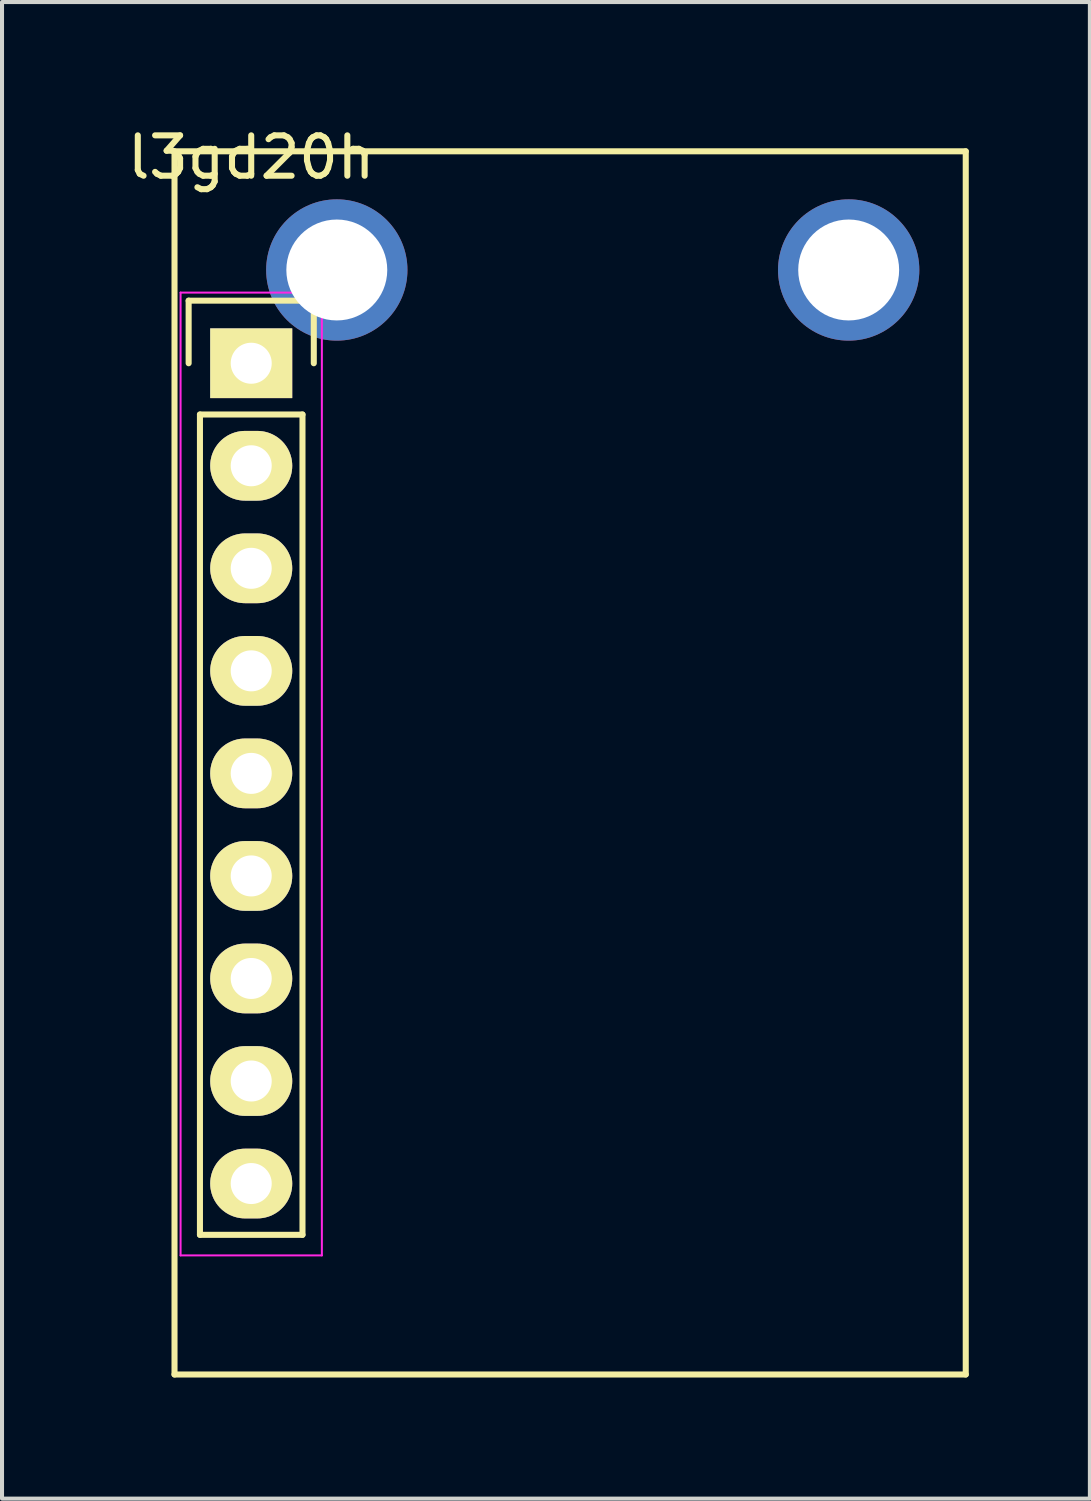
<source format=kicad_pcb>
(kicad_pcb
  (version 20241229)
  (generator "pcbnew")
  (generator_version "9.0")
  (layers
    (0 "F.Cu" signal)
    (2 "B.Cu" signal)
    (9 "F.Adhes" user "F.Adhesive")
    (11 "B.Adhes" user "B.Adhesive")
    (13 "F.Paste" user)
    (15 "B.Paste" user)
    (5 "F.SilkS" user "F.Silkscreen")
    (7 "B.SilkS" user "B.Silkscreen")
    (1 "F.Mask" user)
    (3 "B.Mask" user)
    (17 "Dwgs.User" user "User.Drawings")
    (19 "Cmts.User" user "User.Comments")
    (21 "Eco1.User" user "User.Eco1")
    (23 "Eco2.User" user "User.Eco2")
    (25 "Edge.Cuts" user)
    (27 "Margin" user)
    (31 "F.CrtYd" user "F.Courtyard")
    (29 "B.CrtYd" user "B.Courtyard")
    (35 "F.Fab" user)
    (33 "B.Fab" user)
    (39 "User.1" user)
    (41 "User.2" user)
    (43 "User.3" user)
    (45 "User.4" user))
  (footprint "l3gd20h"
    (layer "F.Cu")
    (at 3.173 5.948)
    (property "Reference" "l3gd20h" (at 0 -5.1 0) (layer "F.SilkS") (effects (font (size 1 1) (thickness 0.15))))
    (attr through_hole)
    (fp_line (start -1.9 -5.25) (end 17.7 -5.25) (stroke (width 0.15) (type solid)) (layer "F.SilkS"))
    (fp_line (start -1.9 25.05) (end -1.9 -5.25) (stroke (width 0.15) (type solid)) (layer "F.SilkS"))
    (fp_line (start -1.55 -1.55) (end 1.55 -1.55) (stroke (width 0.15) (type solid)) (layer "F.SilkS"))
    (fp_line (start -1.55 0) (end -1.55 -1.55) (stroke (width 0.15) (type solid)) (layer "F.SilkS"))
    (fp_line (start -1.27 21.59) (end -1.27 1.27) (stroke (width 0.15) (type solid)) (layer "F.SilkS"))
    (fp_line (start 1.27 1.27) (end -1.27 1.27) (stroke (width 0.15) (type solid)) (layer "F.SilkS"))
    (fp_line (start 1.27 1.27) (end 1.27 21.59) (stroke (width 0.15) (type solid)) (layer "F.SilkS"))
    (fp_line (start 1.27 21.59) (end -1.27 21.59) (stroke (width 0.15) (type solid)) (layer "F.SilkS"))
    (fp_line (start 1.55 -1.55) (end 1.55 0) (stroke (width 0.15) (type solid)) (layer "F.SilkS"))
    (fp_line (start 17.7 -5.25) (end 17.7 25.05) (stroke (width 0.15) (type solid)) (layer "F.SilkS"))
    (fp_line (start 17.7 25.05) (end -1.9 25.05) (stroke (width 0.15) (type solid)) (layer "F.SilkS"))
    (fp_line (start -1.75 -1.75) (end -1.75 22.1) (stroke (width 0.05) (type solid)) (layer "F.CrtYd"))
    (fp_line (start -1.75 -1.75) (end 1.75 -1.75) (stroke (width 0.05) (type solid)) (layer "F.CrtYd"))
    (fp_line (start -1.75 22.1) (end 1.75 22.1) (stroke (width 0.05) (type solid)) (layer "F.CrtYd"))
    (fp_line (start 1.75 -1.75) (end 1.75 22.1) (stroke (width 0.05) (type solid)) (layer "F.CrtYd"))
    (pad "" np_thru_hole circle (at 2.12 -2.31) (size 3.5 3.5) (drill 2.5) (layers "*.Cu" "*.Mask"))
    (pad "" np_thru_hole circle (at 14.8 -2.31) (size 3.5 3.5) (drill 2.5) (layers "*.Cu" "*.Mask"))
    (pad "1" thru_hole rect (at 0 0) (size 2.032 1.727) (drill 1.016) (layers "*.Cu" "*.Mask" "F.SilkS"))
    (pad "2" thru_hole oval (at 0 2.54) (size 2.032 1.727) (drill 1.016) (layers "*.Cu" "*.Mask" "F.SilkS"))
    (pad "3" thru_hole oval (at 0 5.08) (size 2.032 1.727) (drill 1.016) (layers "*.Cu" "*.Mask" "F.SilkS"))
    (pad "4" thru_hole oval (at 0 7.62) (size 2.032 1.727) (drill 1.016) (layers "*.Cu" "*.Mask" "F.SilkS"))
    (pad "5" thru_hole oval (at 0 10.16) (size 2.032 1.727) (drill 1.016) (layers "*.Cu" "*.Mask" "F.SilkS"))
    (pad "6" thru_hole oval (at 0 12.7) (size 2.032 1.727) (drill 1.016) (layers "*.Cu" "*.Mask" "F.SilkS"))
    (pad "7" thru_hole oval (at 0 15.24) (size 2.032 1.727) (drill 1.016) (layers "*.Cu" "*.Mask" "F.SilkS"))
    (pad "8" thru_hole oval (at 0 17.78) (size 2.032 1.727) (drill 1.016) (layers "*.Cu" "*.Mask" "F.SilkS"))
    (pad "9" thru_hole oval (at 0 20.32) (size 2.032 1.727) (drill 1.016) (layers "*.Cu" "*.Mask" "F.SilkS")))
  (gr_rect
    (start -3 -3)
    (end 23.948 34.073)
    (stroke (width 0.1) (type default))
    (fill no)
    (layer "Edge.Cuts")))
</source>
